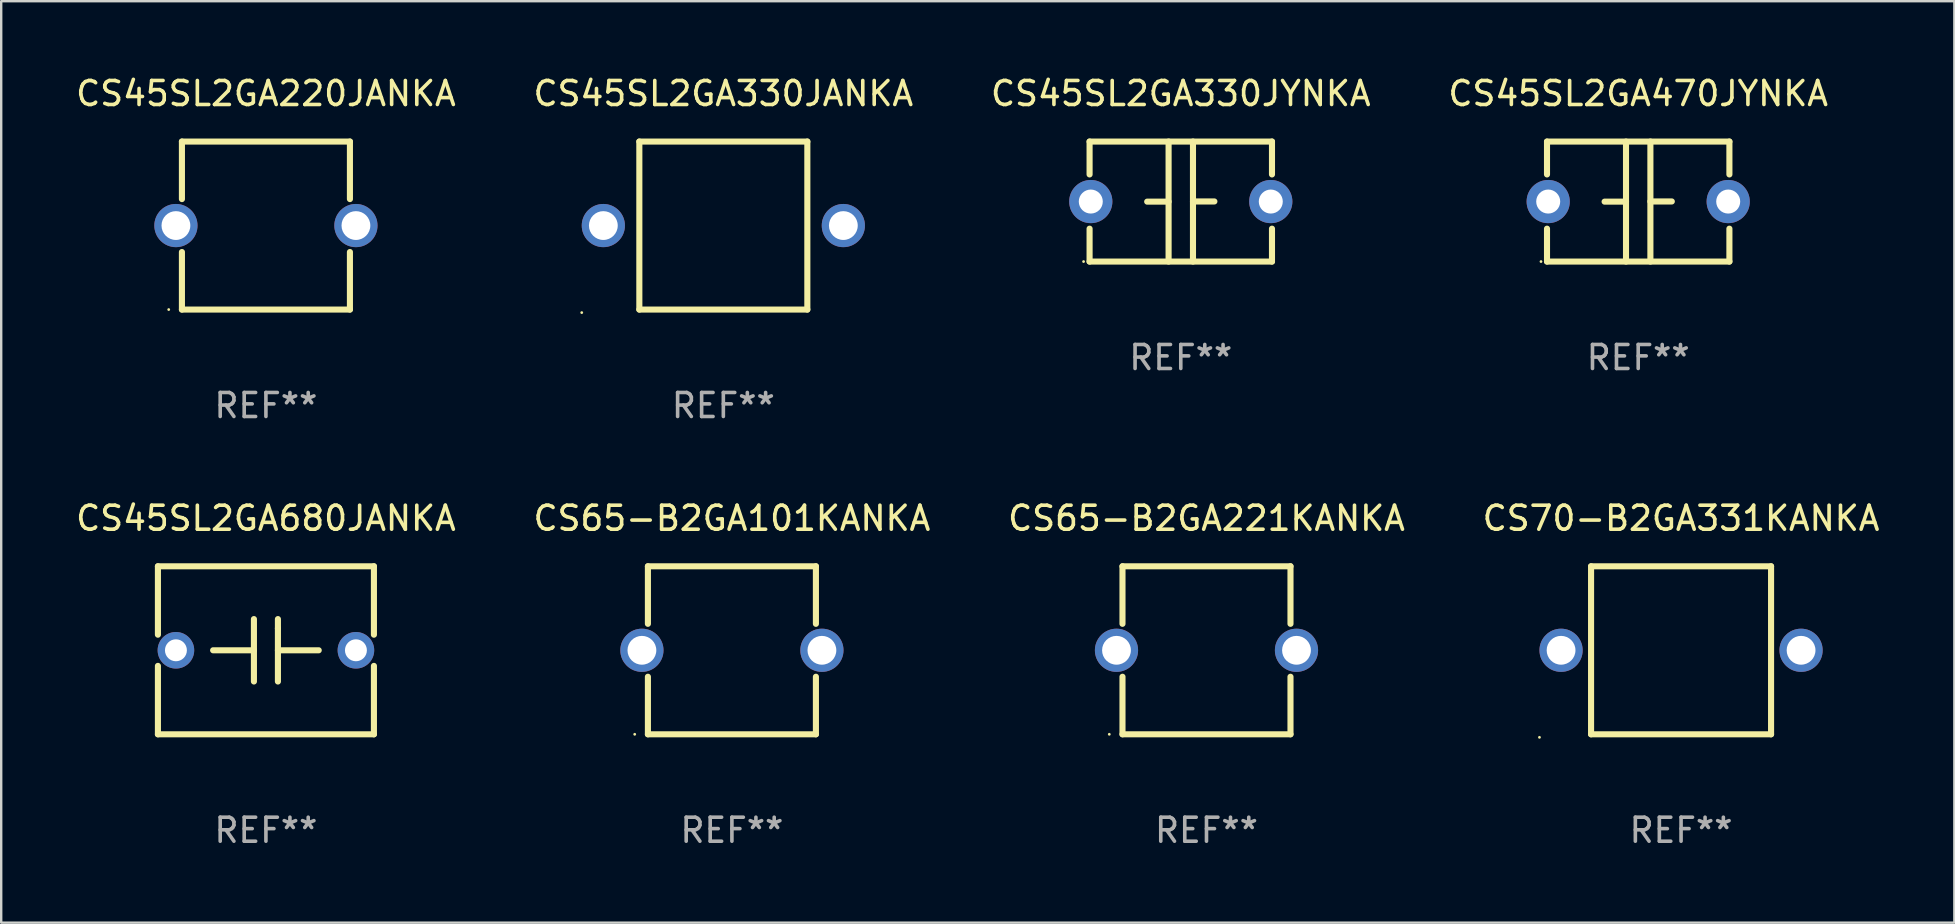
<source format=kicad_pcb>
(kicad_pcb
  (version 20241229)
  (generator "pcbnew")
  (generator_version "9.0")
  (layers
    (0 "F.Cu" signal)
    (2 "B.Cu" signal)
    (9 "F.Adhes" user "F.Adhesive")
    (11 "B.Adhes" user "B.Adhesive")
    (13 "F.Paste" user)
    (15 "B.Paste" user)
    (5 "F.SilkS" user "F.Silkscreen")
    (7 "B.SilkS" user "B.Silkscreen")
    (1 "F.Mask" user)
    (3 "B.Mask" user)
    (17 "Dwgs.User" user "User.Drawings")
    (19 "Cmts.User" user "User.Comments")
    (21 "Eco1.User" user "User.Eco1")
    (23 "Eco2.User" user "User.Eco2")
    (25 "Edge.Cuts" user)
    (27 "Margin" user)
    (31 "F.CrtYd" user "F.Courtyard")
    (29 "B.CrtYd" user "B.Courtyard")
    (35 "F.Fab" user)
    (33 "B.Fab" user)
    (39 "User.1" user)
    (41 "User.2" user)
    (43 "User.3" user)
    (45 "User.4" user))
  (footprint "CS45SL2GA470JYNKA"
    (layer "F.Cu")
    (at 65.208 5.348)
    (property "Reference" "CS45SL2GA470JYNKA" (at 0 -4.5 0) (layer "F.SilkS") (effects (font (size 1 1) (thickness 0.15))))
    (attr through_hole)
    (fp_line (start -3.8 -2.5) (end -3.8 -1.13) (stroke (width 0.254) (type solid)) (layer "F.SilkS"))
    (fp_line (start -3.8 -2.5) (end 3.8 -2.5) (stroke (width 0.254) (type solid)) (layer "F.SilkS"))
    (fp_line (start -3.8 1.13) (end -3.8 2.5) (stroke (width 0.254) (type solid)) (layer "F.SilkS"))
    (fp_line (start -3.8 2.5) (end 3.8 2.5) (stroke (width 0.254) (type solid)) (layer "F.SilkS"))
    (fp_line (start -0.508 0.004) (end -1.4 0.004) (stroke (width 0.254) (type solid)) (layer "F.SilkS"))
    (fp_line (start -0.508 2.5) (end -0.508 -2.5) (stroke (width 0.254) (type solid)) (layer "F.SilkS"))
    (fp_line (start 0.508 -2.5) (end 0.508 2.5) (stroke (width 0.254) (type solid)) (layer "F.SilkS"))
    (fp_line (start 0.508 -0.004) (end 1.4 -0.004) (stroke (width 0.254) (type solid)) (layer "F.SilkS"))
    (fp_line (start 3.8 -2.5) (end 3.8 -1.13) (stroke (width 0.254) (type solid)) (layer "F.SilkS"))
    (fp_line (start 3.8 1.13) (end 3.8 2.5) (stroke (width 0.254) (type solid)) (layer "F.SilkS"))
    (fp_circle (center -4.05 2.5) (end -4.02 2.5) (stroke (width 0.06) (type solid)) (fill no) (layer "F.SilkS"))
    (fp_text user "REF**" (at 0 6.5 0) (layer "F.Fab") (effects (font (size 1 1) (thickness 0.15))))
    (pad "1" thru_hole circle (at -3.75 0.000127) (size 1.8 1.8) (drill 1) (layers "*.Cu" "*.Mask"))
    (pad "2" thru_hole circle (at 3.75 0.000127) (size 1.8 1.8) (drill 1) (layers "*.Cu" "*.Mask")))
  (footprint "CS45SL2GA220JANKA"
    (layer "F.Cu")
    (at 8.03 6.348)
    (property "Reference" "CS45SL2GA220JANKA" (at 0 -5.5 0) (layer "F.SilkS") (effects (font (size 1 1) (thickness 0.15))))
    (attr through_hole)
    (fp_line (start -3.5 -3.5) (end -3.5 -1.103) (stroke (width 0.254) (type solid)) (layer "F.SilkS"))
    (fp_line (start -3.5 -3.5) (end 3.5 -3.5) (stroke (width 0.254) (type solid)) (layer "F.SilkS"))
    (fp_line (start -3.5 1.103) (end -3.5 3.5) (stroke (width 0.254) (type solid)) (layer "F.SilkS"))
    (fp_line (start 3.5 -3.5) (end 3.5 -1.103) (stroke (width 0.254) (type solid)) (layer "F.SilkS"))
    (fp_line (start 3.5 1.103) (end 3.5 3.5) (stroke (width 0.254) (type solid)) (layer "F.SilkS"))
    (fp_line (start 3.5 3.5) (end -3.5 3.5) (stroke (width 0.254) (type solid)) (layer "F.SilkS"))
    (fp_circle (center -4.05 3.5) (end -4.02 3.5) (stroke (width 0.06) (type solid)) (fill no) (layer "F.SilkS"))
    (fp_text user "REF**" (at 0 7.5 0) (layer "F.Fab") (effects (font (size 1 1) (thickness 0.15))))
    (pad "1" thru_hole circle (at -3.75 0) (size 1.8 1.8) (drill 1.2) (layers "*.Cu" "*.Mask"))
    (pad "2" thru_hole circle (at 3.75 0) (size 1.8 1.8) (drill 1.2) (layers "*.Cu" "*.Mask")))
  (footprint "CS65-B2GA101KANKA"
    (layer "F.Cu")
    (at 27.446 24.045)
    (property "Reference" "CS65-B2GA101KANKA" (at 0 -5.5 0) (layer "F.SilkS") (effects (font (size 1 1) (thickness 0.15))))
    (attr through_hole)
    (fp_line (start -3.5 -3.5) (end -3.5 -1.103) (stroke (width 0.254) (type solid)) (layer "F.SilkS"))
    (fp_line (start -3.5 -3.5) (end 3.5 -3.5) (stroke (width 0.254) (type solid)) (layer "F.SilkS"))
    (fp_line (start -3.5 1.103) (end -3.5 3.5) (stroke (width 0.254) (type solid)) (layer "F.SilkS"))
    (fp_line (start 3.5 -3.5) (end 3.5 -1.103) (stroke (width 0.254) (type solid)) (layer "F.SilkS"))
    (fp_line (start 3.5 1.103) (end 3.5 3.5) (stroke (width 0.254) (type solid)) (layer "F.SilkS"))
    (fp_line (start 3.5 3.5) (end -3.5 3.5) (stroke (width 0.254) (type solid)) (layer "F.SilkS"))
    (fp_circle (center -4.05 3.5) (end -4.02 3.5) (stroke (width 0.06) (type solid)) (fill no) (layer "F.SilkS"))
    (fp_text user "REF**" (at 0 7.5 0) (layer "F.Fab") (effects (font (size 1 1) (thickness 0.15))))
    (pad "1" thru_hole circle (at -3.75 0) (size 1.8 1.8) (drill 1.2) (layers "*.Cu" "*.Mask"))
    (pad "2" thru_hole circle (at 3.75 0) (size 1.8 1.8) (drill 1.2) (layers "*.Cu" "*.Mask")))
  (footprint "CS45SL2GA330JYNKA"
    (layer "F.Cu")
    (at 46.149 5.348)
    (property "Reference" "CS45SL2GA330JYNKA" (at 0 -4.5 0) (layer "F.SilkS") (effects (font (size 1 1) (thickness 0.15))))
    (attr through_hole)
    (fp_line (start -3.8 -2.5) (end -3.8 -1.13) (stroke (width 0.254) (type solid)) (layer "F.SilkS"))
    (fp_line (start -3.8 -2.5) (end 3.8 -2.5) (stroke (width 0.254) (type solid)) (layer "F.SilkS"))
    (fp_line (start -3.8 1.13) (end -3.8 2.5) (stroke (width 0.254) (type solid)) (layer "F.SilkS"))
    (fp_line (start -3.8 2.5) (end 3.8 2.5) (stroke (width 0.254) (type solid)) (layer "F.SilkS"))
    (fp_line (start -0.508 0.004) (end -1.4 0.004) (stroke (width 0.254) (type solid)) (layer "F.SilkS"))
    (fp_line (start -0.508 2.5) (end -0.508 -2.5) (stroke (width 0.254) (type solid)) (layer "F.SilkS"))
    (fp_line (start 0.508 -2.5) (end 0.508 2.5) (stroke (width 0.254) (type solid)) (layer "F.SilkS"))
    (fp_line (start 0.508 -0.004) (end 1.4 -0.004) (stroke (width 0.254) (type solid)) (layer "F.SilkS"))
    (fp_line (start 3.8 -2.5) (end 3.8 -1.13) (stroke (width 0.254) (type solid)) (layer "F.SilkS"))
    (fp_line (start 3.8 1.13) (end 3.8 2.5) (stroke (width 0.254) (type solid)) (layer "F.SilkS"))
    (fp_circle (center -4.05 2.5) (end -4.02 2.5) (stroke (width 0.06) (type solid)) (fill no) (layer "F.SilkS"))
    (fp_text user "REF**" (at 0 6.5 0) (layer "F.Fab") (effects (font (size 1 1) (thickness 0.15))))
    (pad "1" thru_hole circle (at -3.75 0.000127) (size 1.8 1.8) (drill 1) (layers "*.Cu" "*.Mask"))
    (pad "2" thru_hole circle (at 3.75 0.000127) (size 1.8 1.8) (drill 1) (layers "*.Cu" "*.Mask")))
  (footprint "CS65-B2GA221KANKA"
    (layer "F.Cu")
    (at 47.22 24.045)
    (property "Reference" "CS65-B2GA221KANKA" (at 0 -5.5 0) (layer "F.SilkS") (effects (font (size 1 1) (thickness 0.15))))
    (attr through_hole)
    (fp_line (start -3.5 -3.5) (end -3.5 -1.103) (stroke (width 0.254) (type solid)) (layer "F.SilkS"))
    (fp_line (start -3.5 -3.5) (end 3.5 -3.5) (stroke (width 0.254) (type solid)) (layer "F.SilkS"))
    (fp_line (start -3.5 1.103) (end -3.5 3.5) (stroke (width 0.254) (type solid)) (layer "F.SilkS"))
    (fp_line (start 3.5 -3.5) (end 3.5 -1.103) (stroke (width 0.254) (type solid)) (layer "F.SilkS"))
    (fp_line (start 3.5 1.103) (end 3.5 3.5) (stroke (width 0.254) (type solid)) (layer "F.SilkS"))
    (fp_line (start 3.5 3.5) (end -3.5 3.5) (stroke (width 0.254) (type solid)) (layer "F.SilkS"))
    (fp_circle (center -4.05 3.5) (end -4.02 3.5) (stroke (width 0.06) (type solid)) (fill no) (layer "F.SilkS"))
    (fp_text user "REF**" (at 0 7.5 0) (layer "F.Fab") (effects (font (size 1 1) (thickness 0.15))))
    (pad "1" thru_hole circle (at -3.75 0) (size 1.8 1.8) (drill 1.2) (layers "*.Cu" "*.Mask"))
    (pad "2" thru_hole circle (at 3.75 0) (size 1.8 1.8) (drill 1.2) (layers "*.Cu" "*.Mask")))
  (footprint "CS45SL2GA680JANKA"
    (layer "F.Cu")
    (at 8.03 24.045)
    (property "Reference" "CS45SL2GA680JANKA" (at 0 -5.5 0) (layer "F.SilkS") (effects (font (size 1 1) (thickness 0.15))))
    (attr through_hole)
    (fp_line (start -4.5 -3.5) (end -4.5 -0.65) (stroke (width 0.254) (type solid)) (layer "F.SilkS"))
    (fp_line (start -4.5 0.65) (end -4.5 3.5) (stroke (width 0.254) (type solid)) (layer "F.SilkS"))
    (fp_line (start -4.5 3.5) (end 4.5 3.5) (stroke (width 0.254) (type solid)) (layer "F.SilkS"))
    (fp_line (start -2.2 0) (end -0.5 0) (stroke (width 0.254) (type solid)) (layer "F.SilkS"))
    (fp_line (start -0.5 -1.3) (end -0.5 1.3) (stroke (width 0.254) (type solid)) (layer "F.SilkS"))
    (fp_line (start 0.5 -1.3) (end 0.5 -0.911) (stroke (width 0.254) (type solid)) (layer "F.SilkS"))
    (fp_line (start 0.5 -0.911) (end 0.5 1.301) (stroke (width 0.254) (type solid)) (layer "F.SilkS"))
    (fp_line (start 2.2 0) (end 0.5 0) (stroke (width 0.254) (type solid)) (layer "F.SilkS"))
    (fp_line (start 4.5 -3.5) (end -4.5 -3.5) (stroke (width 0.254) (type solid)) (layer "F.SilkS"))
    (fp_line (start 4.5 -0.65) (end 4.5 -3.5) (stroke (width 0.254) (type solid)) (layer "F.SilkS"))
    (fp_line (start 4.5 3.5) (end 4.5 0.65) (stroke (width 0.254) (type solid)) (layer "F.SilkS"))
    (fp_circle (center -4.5 -3.5) (end -4.47 -3.5) (stroke (width 0.06) (type solid)) (fill no) (layer "F.SilkS"))
    (fp_text user "REF**" (at 0 7.5 0) (layer "F.Fab") (effects (font (size 1 1) (thickness 0.15))))
    (pad "1" thru_hole circle (at -3.75 -0.000076) (size 1.524 1.524) (drill 0.914) (layers "*.Cu" "*.Mask"))
    (pad "2" thru_hole circle (at 3.75 -0.000076) (size 1.524 1.524) (drill 0.914) (layers "*.Cu" "*.Mask")))
  (footprint "CS45SL2GA330JANKA"
    (layer "F.Cu")
    (at 27.089 6.348)
    (property "Reference" "CS45SL2GA330JANKA" (at 0 -5.5 0) (layer "F.SilkS") (effects (font (size 1 1) (thickness 0.15))))
    (attr through_hole)
    (fp_line (start -3.5 -3.5) (end 3.5 -3.5) (stroke (width 0.254) (type solid)) (layer "F.SilkS"))
    (fp_line (start -3.5 3.5) (end -3.5 -3.5) (stroke (width 0.254) (type solid)) (layer "F.SilkS"))
    (fp_line (start 3.5 -3.5) (end 3.5 3.5) (stroke (width 0.254) (type solid)) (layer "F.SilkS"))
    (fp_line (start 3.5 3.5) (end -3.5 3.5) (stroke (width 0.254) (type solid)) (layer "F.SilkS"))
    (fp_circle (center -5.9 3.627) (end -5.87 3.627) (stroke (width 0.06) (type solid)) (fill no) (layer "F.SilkS"))
    (fp_text user "REF**" (at 0 7.5 0) (layer "F.Fab") (effects (font (size 1 1) (thickness 0.15))))
    (pad "1" thru_hole circle (at -5 0) (size 1.8 1.8) (drill 1.2) (layers "*.Cu" "*.Mask"))
    (pad "2" thru_hole circle (at 5 0) (size 1.8 1.8) (drill 1.2) (layers "*.Cu" "*.Mask")))
  (footprint "CS70-B2GA331KANKA"
    (layer "F.Cu")
    (at 66.994 24.045)
    (property "Reference" "CS70-B2GA331KANKA" (at 0 -5.5 0) (layer "F.SilkS") (effects (font (size 1 1) (thickness 0.15))))
    (attr through_hole)
    (fp_line (start -3.75 -3.5) (end 3.75 -3.5) (stroke (width 0.254) (type solid)) (layer "F.SilkS"))
    (fp_line (start -3.75 3.5) (end -3.75 -3.5) (stroke (width 0.254) (type solid)) (layer "F.SilkS"))
    (fp_line (start 3.75 -3.5) (end 3.75 3.5) (stroke (width 0.254) (type solid)) (layer "F.SilkS"))
    (fp_line (start 3.75 3.5) (end -3.75 3.5) (stroke (width 0.254) (type solid)) (layer "F.SilkS"))
    (fp_circle (center -5.9 3.627) (end -5.87 3.627) (stroke (width 0.06) (type solid)) (fill no) (layer "F.SilkS"))
    (fp_text user "REF**" (at 0 7.5 0) (layer "F.Fab") (effects (font (size 1 1) (thickness 0.15))))
    (pad "1" thru_hole circle (at -5 0) (size 1.8 1.8) (drill 1.2) (layers "*.Cu" "*.Mask"))
    (pad "2" thru_hole circle (at 5 0) (size 1.8 1.8) (drill 1.2) (layers "*.Cu" "*.Mask")))
  (gr_rect
    (start -3 -3)
    (end 78.381 35.393)
    (stroke (width 0.1) (type default))
    (fill no)
    (layer "Edge.Cuts")))
</source>
